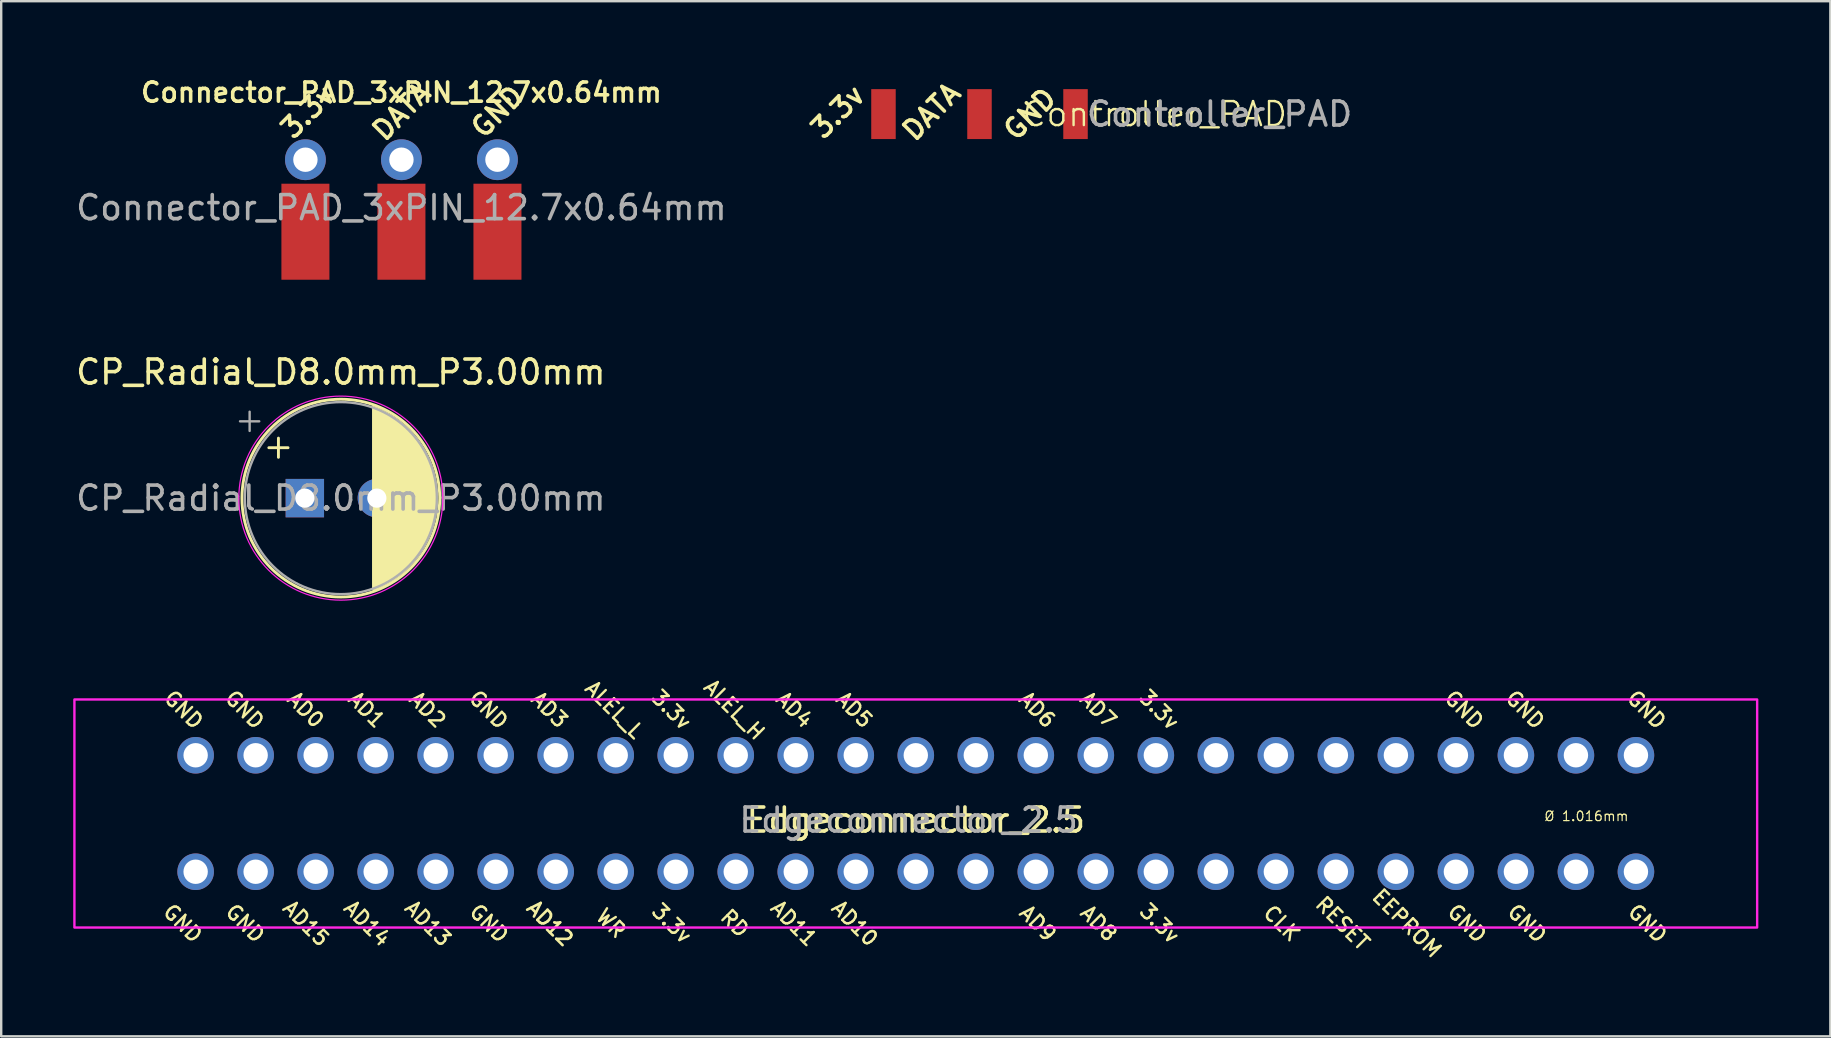
<source format=kicad_pcb>
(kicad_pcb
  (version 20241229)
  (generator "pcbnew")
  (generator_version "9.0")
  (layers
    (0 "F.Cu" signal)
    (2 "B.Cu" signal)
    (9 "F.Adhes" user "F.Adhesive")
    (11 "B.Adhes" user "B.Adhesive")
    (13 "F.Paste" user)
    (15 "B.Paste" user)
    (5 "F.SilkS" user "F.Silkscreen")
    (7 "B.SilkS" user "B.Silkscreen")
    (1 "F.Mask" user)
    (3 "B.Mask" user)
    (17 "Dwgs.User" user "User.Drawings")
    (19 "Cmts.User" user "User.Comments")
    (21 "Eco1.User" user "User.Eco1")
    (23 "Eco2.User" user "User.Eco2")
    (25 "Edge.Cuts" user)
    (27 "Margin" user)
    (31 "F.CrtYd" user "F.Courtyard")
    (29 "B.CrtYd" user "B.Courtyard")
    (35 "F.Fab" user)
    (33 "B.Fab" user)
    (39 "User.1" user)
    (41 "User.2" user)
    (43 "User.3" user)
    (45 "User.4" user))
  (footprint "Controller_PAD"
    (layer "F.Cu")
    (at 37.754 1.703)
    (property "Reference" "Controller_PAD" (at 7.3 0 0) (unlocked yes) (layer "F.SilkS") (effects (font (size 1 1) (thickness 0.1))))
    (attr smd)
    (fp_text user "GND" (at 2.1 0 225) (layer "F.SilkS") (effects (font (size 0.8 0.8) (thickness 0.15) (bold yes))))
    (fp_text user "DATA" (at -2 -0.1 225) (layer "F.SilkS") (effects (font (size 0.8 0.8) (thickness 0.15) (bold yes))))
    (fp_text user "3.3v" (at -5.9 -0.1 225) (layer "F.SilkS") (effects (font (size 0.8 0.8) (thickness 0.15) (bold yes))))
    (fp_text user "${REFERENCE}" (at 10 0 0) (unlocked yes) (layer "F.Fab") (effects (font (size 1 1) (thickness 0.15))))
    (pad "1" connect rect (at -4 0) (size 1.02 2.08) (layers "F.Cu" "F.Mask"))
    (pad "2" connect rect (at 0 0) (size 1.02 2.08) (layers "F.Cu" "F.Mask"))
    (pad "3" connect rect (at 4 0) (size 1.02 2.08) (layers "F.Cu" "F.Mask")))
  (footprint "Edgeconnector_2.5"
    (layer "F.Cu")
    (at 35.1 30.839)
    (property "Reference" "Edgeconnector_2.5" (at 0 0.274 0) (unlocked yes) (layer "F.SilkS") (effects (font (size 1 1) (thickness 0.15))))
    (attr through_hole)
    (fp_rect (start -35.05 -4.75) (end 35.05 4.75) (stroke (width 0.1) (type default)) (fill no) (layer "F.CrtYd"))
    (fp_text user "GND" (at -30.5 -4.326 135) (layer "F.SilkS") (effects (font (size 0.6 0.6) (thickness 0.1) (bold yes))))
    (fp_text user "AD5" (at -2.56 -4.326 135) (layer "F.SilkS") (effects (font (size 0.6 0.6) (thickness 0.1) (bold yes))))
    (fp_text user "AD15" (at -25.4 4.574 135) (layer "F.SilkS") (effects (font (size 0.6 0.6) (thickness 0.1) (bold yes))))
    (fp_text user "AD4" (at -5.06 -4.326 135) (layer "F.SilkS") (effects (font (size 0.6 0.6) (thickness 0.1) (bold yes))))
    (fp_text user "EEPROM" (at 20.46 4.574 135) (layer "F.SilkS") (effects (font (size 0.6 0.6) (thickness 0.1) (bold yes))))
    (fp_text user "GND" (at -27.94 4.574 135) (layer "F.SilkS") (effects (font (size 0.6 0.6) (thickness 0.1) (bold yes))))
    (fp_text user "GND" (at -27.96 -4.326 135) (layer "F.SilkS") (effects (font (size 0.6 0.6) (thickness 0.1) (bold yes))))
    (fp_text user "GND" (at 25.46 4.574 135) (layer "F.SilkS") (effects (font (size 0.6 0.6) (thickness 0.1) (bold yes))))
    (fp_text user "3.3v" (at 10.16 4.574 135) (layer "F.SilkS") (effects (font (size 0.6 0.6) (thickness 0.1) (bold yes))))
    (fp_text user "ALEL_H" (at -7.56 -4.326 135) (layer "F.SilkS") (effects (font (size 0.6 0.6) (thickness 0.1) (bold yes))))
    (fp_text user "GND" (at -17.78 4.574 135) (layer "F.SilkS") (effects (font (size 0.6 0.6) (thickness 0.1) (bold yes))))
    (fp_text user "GND" (at 30.48 4.574 135) (layer "F.SilkS") (effects (font (size 0.6 0.6) (thickness 0.1) (bold yes))))
    (fp_text user "RD" (at -7.54 4.574 135) (layer "F.SilkS") (effects (font (size 0.6 0.6) (thickness 0.1) (bold yes))))
    (fp_text user "AD8" (at 7.62 4.574 135) (layer "F.SilkS") (effects (font (size 0.6 0.6) (thickness 0.1) (bold yes))))
    (fp_text user "AD10" (at -2.54 4.574 135) (layer "F.SilkS") (effects (font (size 0.6 0.6) (thickness 0.1) (bold yes))))
    (fp_text user "GND" (at 30.44 -4.326 135) (layer "F.SilkS") (effects (font (size 0.6 0.6) (thickness 0.1) (bold yes))))
    (fp_text user "3.3v" (at -10.16 4.574 135) (layer "F.SilkS") (effects (font (size 0.6 0.6) (thickness 0.1) (bold yes))))
    (fp_text user "AD3" (at -15.26 -4.326 135) (layer "F.SilkS") (effects (font (size 0.6 0.6) (thickness 0.1) (bold yes))))
    (fp_text user "AD6" (at 5.06 -4.326 135) (layer "F.SilkS") (effects (font (size 0.6 0.6) (thickness 0.1) (bold yes))))
    (fp_text user "CLK" (at 15.24 4.574 135) (layer "F.SilkS") (effects (font (size 0.6 0.6) (thickness 0.1) (bold yes))))
    (fp_text user "AD11" (at -5.08 4.574 135) (layer "F.SilkS") (effects (font (size 0.6 0.6) (thickness 0.1) (bold yes))))
    (fp_text user "AD9" (at 5.08 4.574 135) (layer "F.SilkS") (effects (font (size 0.6 0.6) (thickness 0.1) (bold yes))))
    (fp_text user "GND" (at -30.54 4.574 135) (layer "F.SilkS") (effects (font (size 0.6 0.6) (thickness 0.1) (bold yes))))
    (fp_text user "ALEL_L" (at -12.56 -4.326 135) (layer "F.SilkS") (effects (font (size 0.6 0.6) (thickness 0.1) (bold yes))))
    (fp_text user "GND" (at 22.96 4.574 135) (layer "F.SilkS") (effects (font (size 0.6 0.6) (thickness 0.1) (bold yes))))
    (fp_text user "AD12" (at -15.24 4.574 135) (layer "F.SilkS") (effects (font (size 0.6 0.6) (thickness 0.11) (bold yes))))
    (fp_text user "GND" (at 22.84 -4.326 135) (layer "F.SilkS") (effects (font (size 0.6 0.6) (thickness 0.1) (bold yes))))
    (fp_text user "AD2" (at -20.34 -4.326 135) (layer "F.SilkS") (effects (font (size 0.6 0.6) (thickness 0.1) (bold yes))))
    (fp_text user "3.3v" (at -10.18 -4.326 135) (layer "F.SilkS") (effects (font (size 0.6 0.6) (thickness 0.1) (bold yes))))
    (fp_text user "AD14" (at -22.86 4.574 135) (layer "F.SilkS") (effects (font (size 0.6 0.6) (thickness 0.1) (bold yes))))
    (fp_text user "GND" (at -17.8 -4.326 135) (layer "F.SilkS") (effects (font (size 0.6 0.6) (thickness 0.1) (bold yes))))
    (fp_text user "WR" (at -12.7 4.574 135) (layer "F.SilkS") (effects (font (size 0.6 0.6) (thickness 0.1) (bold yes))))
    (fp_text user "Ø 1.016mm" (at 27.94 0.114 0) (unlocked yes) (layer "F.SilkS") (effects (font (size 0.4 0.4) (thickness 0.05))))
    (fp_text user "AD0" (at -25.42 -4.326 135) (layer "F.SilkS") (effects (font (size 0.6 0.6) (thickness 0.1) (bold yes))))
    (fp_text user "RESET" (at 17.78 4.574 135) (layer "F.SilkS") (effects (font (size 0.6 0.6) (thickness 0.1) (bold yes))))
    (fp_text user "AD1" (at -22.88 -4.326 135) (layer "F.SilkS") (effects (font (size 0.6 0.6) (thickness 0.1) (bold yes))))
    (fp_text user "AD7" (at 7.6 -4.326 135) (layer "F.SilkS") (effects (font (size 0.6 0.6) (thickness 0.1) (bold yes))))
    (fp_text user "GND" (at 25.38 -4.326 135) (layer "F.SilkS") (effects (font (size 0.6 0.6) (thickness 0.1) (bold yes))))
    (fp_text user "AD13" (at -20.32 4.574 135) (layer "F.SilkS") (effects (font (size 0.6 0.6) (thickness 0.1) (bold yes))))
    (fp_text user "3.3v" (at 10.14 -4.326 135) (layer "F.SilkS") (effects (font (size 0.6 0.6) (thickness 0.1) (bold yes))))
    (fp_text user "${REFERENCE}" (at -0.3 0.274 0) (unlocked yes) (layer "F.Fab") (effects (font (size 1 1) (thickness 0.15))))
    (pad "1" thru_hole circle (at -30 2.426) (size 1.524 1.524) (drill 1.016) (layers "*.Cu" "*.Mask"))
    (pad "2" thru_hole circle (at -27.5 2.426) (size 1.524 1.524) (drill 1.016) (layers "*.Cu" "*.Mask"))
    (pad "3" thru_hole circle (at -25 2.426) (size 1.524 1.524) (drill 1.016) (layers "*.Cu" "*.Mask"))
    (pad "4" thru_hole circle (at -22.5 2.426) (size 1.524 1.524) (drill 1.016) (layers "*.Cu" "*.Mask"))
    (pad "5" thru_hole circle (at -20 2.426) (size 1.524 1.524) (drill 1.016) (layers "*.Cu" "*.Mask"))
    (pad "6" thru_hole circle (at -17.5 2.426) (size 1.524 1.524) (drill 1.016) (layers "*.Cu" "*.Mask"))
    (pad "7" thru_hole circle (at -15 2.426) (size 1.524 1.524) (drill 1.016) (layers "*.Cu" "*.Mask"))
    (pad "8" thru_hole circle (at -12.5 2.426) (size 1.524 1.524) (drill 1.016) (layers "*.Cu" "*.Mask"))
    (pad "9" thru_hole circle (at -10 2.426) (size 1.524 1.524) (drill 1.016) (layers "*.Cu" "*.Mask"))
    (pad "10" thru_hole circle (at -7.5 2.426) (size 1.524 1.524) (drill 1.016) (layers "*.Cu" "*.Mask"))
    (pad "11" thru_hole circle (at -5 2.426) (size 1.524 1.524) (drill 1.016) (layers "*.Cu" "*.Mask"))
    (pad "12" thru_hole circle (at -2.5 2.426) (size 1.524 1.524) (drill 1.016) (layers "*.Cu" "*.Mask"))
    (pad "13" thru_hole circle (at 0 2.426) (size 1.524 1.524) (drill 1.016) (layers "*.Cu" "*.Mask"))
    (pad "14" thru_hole circle (at 2.5 2.426) (size 1.524 1.524) (drill 1.016) (layers "*.Cu" "*.Mask"))
    (pad "15" thru_hole circle (at 5 2.426) (size 1.524 1.524) (drill 1.016) (layers "*.Cu" "*.Mask"))
    (pad "16" thru_hole circle (at 7.5 2.426) (size 1.524 1.524) (drill 1.016) (layers "*.Cu" "*.Mask"))
    (pad "17" thru_hole circle (at 10 2.426) (size 1.524 1.524) (drill 1.016) (layers "*.Cu" "*.Mask"))
    (pad "18" thru_hole circle (at 12.5 2.426) (size 1.524 1.524) (drill 1.016) (layers "*.Cu" "*.Mask"))
    (pad "19" thru_hole circle (at 15 2.426) (size 1.524 1.524) (drill 1.016) (layers "*.Cu" "*.Mask"))
    (pad "20" thru_hole circle (at 17.5 2.426) (size 1.524 1.524) (drill 1.016) (layers "*.Cu" "*.Mask"))
    (pad "21" thru_hole circle (at 20 2.426) (size 1.524 1.524) (drill 1.016) (layers "*.Cu" "*.Mask"))
    (pad "22" thru_hole circle (at 22.5 2.426) (size 1.524 1.524) (drill 1.016) (layers "*.Cu" "*.Mask"))
    (pad "23" thru_hole circle (at 25 2.426) (size 1.524 1.524) (drill 1.016) (layers "*.Cu" "*.Mask"))
    (pad "24" thru_hole circle (at 27.5 2.426) (size 1.524 1.524) (drill 1.016) (layers "*.Cu" "*.Mask"))
    (pad "25" thru_hole circle (at 30 2.426) (size 1.524 1.524) (drill 1.016) (layers "*.Cu" "*.Mask"))
    (pad "26" thru_hole circle (at -30 -2.426) (size 1.524 1.524) (drill 1.016) (layers "*.Cu" "*.Mask"))
    (pad "27" thru_hole circle (at -27.5 -2.426) (size 1.524 1.524) (drill 1.016) (layers "*.Cu" "*.Mask"))
    (pad "28" thru_hole circle (at -25 -2.426) (size 1.524 1.524) (drill 1.016) (layers "*.Cu" "*.Mask"))
    (pad "29" thru_hole circle (at -22.5 -2.426) (size 1.524 1.524) (drill 1.016) (layers "*.Cu" "*.Mask"))
    (pad "30" thru_hole circle (at -20 -2.426) (size 1.524 1.524) (drill 1.016) (layers "*.Cu" "*.Mask"))
    (pad "31" thru_hole circle (at -17.5 -2.426) (size 1.524 1.524) (drill 1.016) (layers "*.Cu" "*.Mask"))
    (pad "32" thru_hole circle (at -15 -2.426) (size 1.524 1.524) (drill 1.016) (layers "*.Cu" "*.Mask"))
    (pad "33" thru_hole circle (at -12.5 -2.426) (size 1.524 1.524) (drill 1.016) (layers "*.Cu" "*.Mask"))
    (pad "34" thru_hole circle (at -10 -2.426) (size 1.524 1.524) (drill 1.016) (layers "*.Cu" "*.Mask"))
    (pad "35" thru_hole circle (at -7.5 -2.426) (size 1.524 1.524) (drill 1.016) (layers "*.Cu" "*.Mask"))
    (pad "36" thru_hole circle (at -5 -2.426) (size 1.524 1.524) (drill 1.016) (layers "*.Cu" "*.Mask"))
    (pad "37" thru_hole circle (at -2.5 -2.426) (size 1.524 1.524) (drill 1.016) (layers "*.Cu" "*.Mask"))
    (pad "38" thru_hole circle (at 0 -2.426) (size 1.524 1.524) (drill 1.016) (layers "*.Cu" "*.Mask"))
    (pad "39" thru_hole circle (at 2.5 -2.426) (size 1.524 1.524) (drill 1.016) (layers "*.Cu" "*.Mask"))
    (pad "40" thru_hole circle (at 5 -2.426) (size 1.524 1.524) (drill 1.016) (layers "*.Cu" "*.Mask"))
    (pad "41" thru_hole circle (at 7.5 -2.426) (size 1.524 1.524) (drill 1.016) (layers "*.Cu" "*.Mask"))
    (pad "42" thru_hole circle (at 10 -2.426) (size 1.524 1.524) (drill 1.016) (layers "*.Cu" "*.Mask"))
    (pad "43" thru_hole circle (at 12.5 -2.426) (size 1.524 1.524) (drill 1.016) (layers "*.Cu" "*.Mask"))
    (pad "44" thru_hole circle (at 15 -2.426) (size 1.524 1.524) (drill 1.016) (layers "*.Cu" "*.Mask"))
    (pad "45" thru_hole circle (at 17.5 -2.426) (size 1.524 1.524) (drill 1.016) (layers "*.Cu" "*.Mask"))
    (pad "46" thru_hole circle (at 20 -2.426) (size 1.524 1.524) (drill 1.016) (layers "*.Cu" "*.Mask"))
    (pad "47" thru_hole circle (at 22.5 -2.426) (size 1.524 1.524) (drill 1.016) (layers "*.Cu" "*.Mask"))
    (pad "48" thru_hole circle (at 25 -2.426) (size 1.524 1.524) (drill 1.016) (layers "*.Cu" "*.Mask"))
    (pad "49" thru_hole circle (at 27.5 -2.426) (size 1.524 1.524) (drill 1.016) (layers "*.Cu" "*.Mask"))
    (pad "50" thru_hole circle (at 30 -2.426) (size 1.524 1.524) (drill 1.016) (layers "*.Cu" "*.Mask")))
  (footprint "Connector_PAD_3xPIN_12.7x0.64mm"
    (layer "F.Cu")
    (at 13.673 5.603)
    (property "Reference" "Connector_PAD_3xPIN_12.7x0.64mm" (at 0 -4.8 0) (layer "F.SilkS") (effects (font (size 0.8 0.8) (thickness 0.15) (bold yes))))
    (attr smd exclude_from_pos_files exclude_from_bom)
    (fp_text user "DATA" (at 0 -4 225) (layer "F.SilkS") (effects (font (size 0.8 0.8) (thickness 0.15) (bold yes))))
    (fp_text user "GND" (at 4 -4 225) (layer "F.SilkS") (effects (font (size 0.8 0.8) (thickness 0.15) (bold yes))))
    (fp_text user "3.3v" (at -3.9 -4 225) (layer "F.SilkS") (effects (font (size 0.8 0.8) (thickness 0.15) (bold yes))))
    (fp_text user "${REFERENCE}" (at 0 0 0) (layer "F.Fab") (effects (font (size 1 1) (thickness 0.15))))
    (pad "1" thru_hole circle (at -4 -2) (size 1.7 1.7) (drill 1.016) (layers "*.Cu" "*.Mask"))
    (pad "1" smd rect (at -4 1 180) (size 2 4) (layers "F.Cu" "F.Mask" "F.Paste"))
    (pad "2" thru_hole circle (at 0 -2) (size 1.7 1.7) (drill 1.016) (layers "*.Cu" "*.Mask"))
    (pad "2" smd rect (at 0 1 180) (size 2 4) (layers "F.Cu" "F.Mask" "F.Paste"))
    (pad "3" thru_hole circle (at 4 -2) (size 1.7 1.7) (drill 1.016) (layers "*.Cu" "*.Mask"))
    (pad "3" smd rect (at 4 1 180) (size 2 4) (layers "F.Cu" "F.Mask" "F.Paste")))
  (footprint "CP_Radial_D8.0mm_P3.00mm"
    (layer "F.Cu")
    (at 9.649 17.701)
    (property "Reference" "CP_Radial_D8.0mm_P3.00mm" (at 1.5 -5.25 0) (layer "F.SilkS") (effects (font (size 1 1) (thickness 0.15))))
    (attr through_hole)
    (fp_line (start -1.5 -2.1) (end -0.7 -2.1) (stroke (width 0.12) (type solid)) (layer "F.SilkS"))
    (fp_line (start -1.1 -2.5) (end -1.1 -1.7) (stroke (width 0.12) (type solid)) (layer "F.SilkS"))
    (fp_circle (center 1.5 0) (end 5.62 0) (stroke (width 0.12) (type solid)) (fill no) (layer "F.SilkS"))
    (fp_poly (pts (arc (start 2.849352 -3.794156) (mid 5.499043 0.005844) (end 2.849352 3.805844)) (xy 2.849 1.106) (xy 4.049 1.106) (xy 4.049 -1.094) (xy 2.849 -1.094) (arc (start 2.849352 -3.794156) (mid 5.499043 0.005844) (end 2.849352 3.805844))) (stroke (width 0.1) (type solid)) (fill yes) (layer "F.SilkS"))
    (fp_circle (center 1.5 0) (end 5.75 0) (stroke (width 0.05) (type solid)) (fill no) (layer "F.CrtYd"))
    (fp_line (start -2.7 -3.2) (end -1.9 -3.2) (stroke (width 0.1) (type solid)) (layer "F.Fab"))
    (fp_line (start -2.3 -3.6) (end -2.3 -2.8) (stroke (width 0.1) (type solid)) (layer "F.Fab"))
    (fp_circle (center 1.5 0) (end 5.5 0) (stroke (width 0.1) (type solid)) (fill no) (layer "F.Fab"))
    (fp_text user "${REFERENCE}" (at 1.5 0 0) (layer "F.Fab") (effects (font (size 1 1) (thickness 0.15))))
    (pad "1" thru_hole rect (at 0 0) (size 1.6 1.6) (drill 0.8) (layers "*.Cu" "*.Mask"))
    (pad "2" thru_hole circle (at 3 0) (size 1.6 1.6) (drill 0.8) (layers "*.Cu" "*.Mask")))
  (gr_rect
    (start -3 -3)
    (end 73.2 40.122)
    (stroke (width 0.1) (type default))
    (fill no)
    (layer "Edge.Cuts")))
</source>
